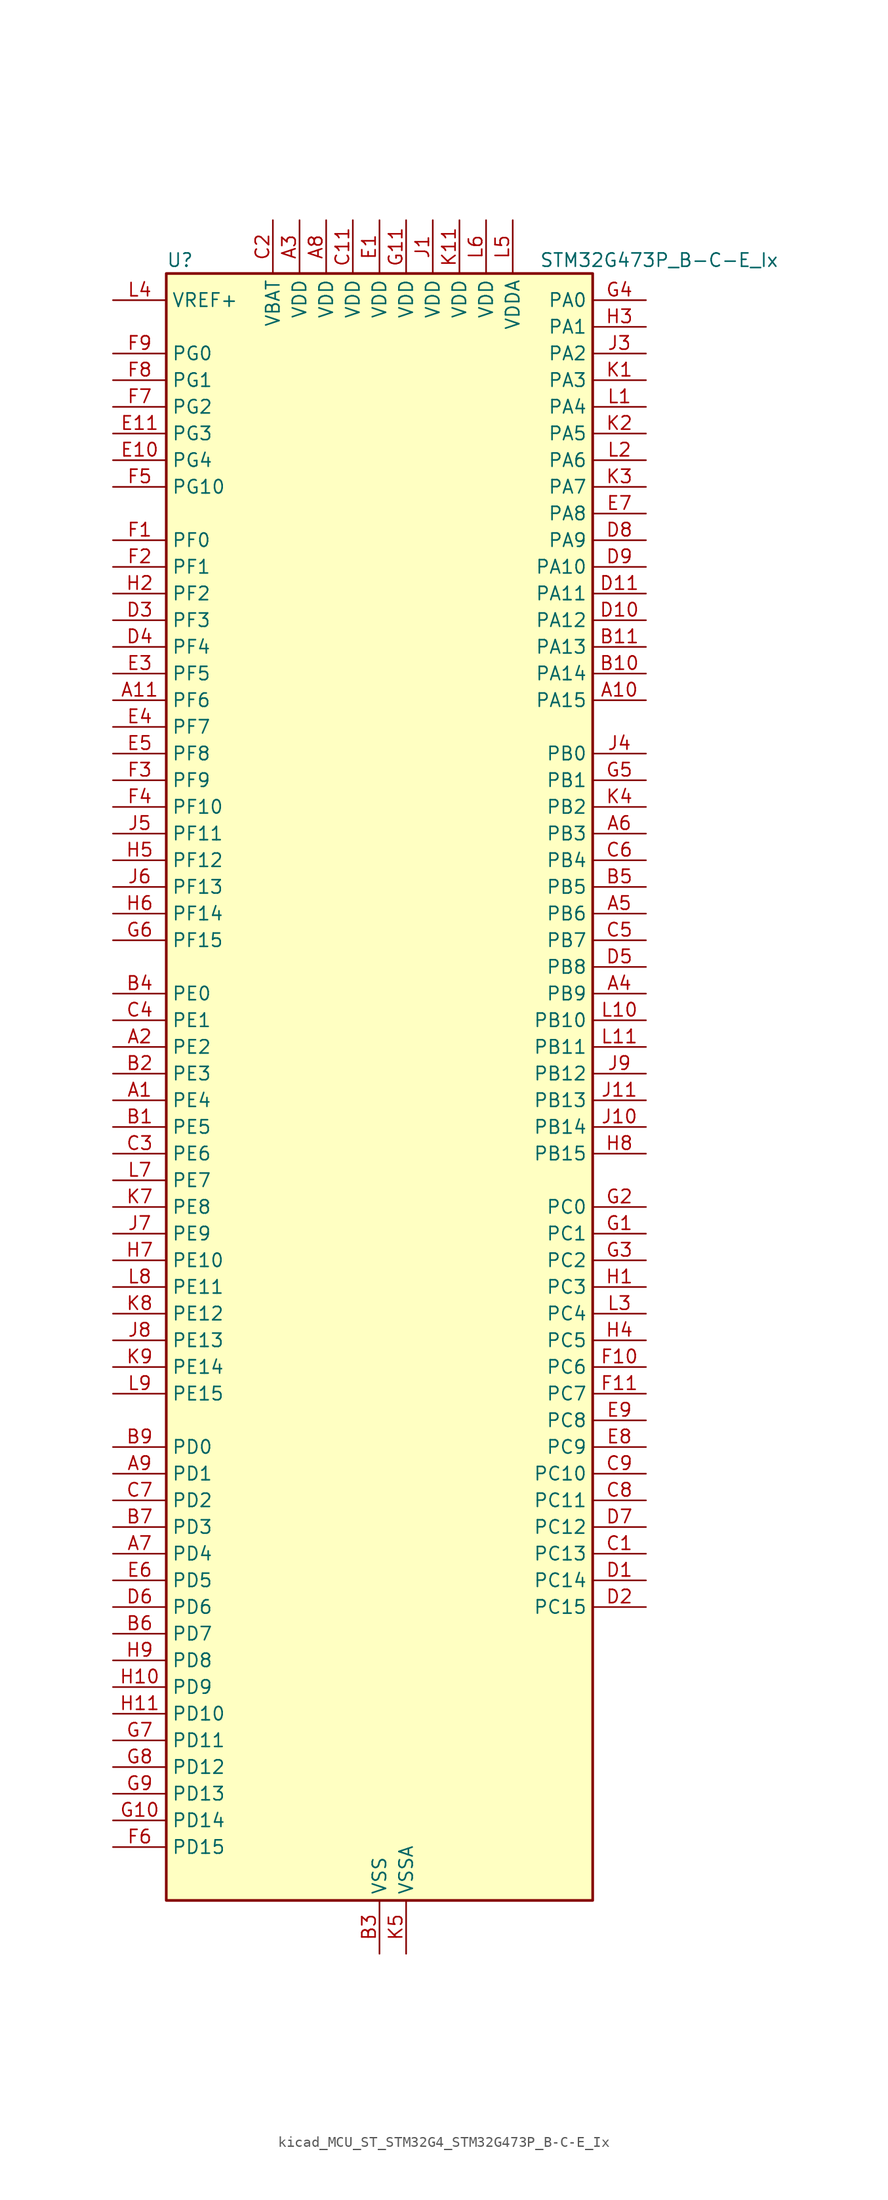
<source format=kicad_sym>
(kicad_symbol_lib
  (version 20220914)
  (generator kicad_symbol_editor)
  (symbol "kicad_MCU_ST_STM32G4_STM32G473P_B-C-E_Ix"
    (property "Reference" "U"
      (at -20.32 80.01 0)
      (effects (font (size 1.27 1.27)) (justify left)))
    (property "Value" "STM32G473P_B-C-E_Ix"
      (at 15.24 80.01 0)
      (effects (font (size 1.27 1.27)) (justify left)))
    (property "ki_locked" ""
      (at 0 0 0)
      (effects (font (size 1.27 1.27))))
    (symbol "kicad_MCU_ST_STM32G4_STM32G473P_B-C-E_Ix_0_1"
      (rectangle (start -20.32 -76.2) (end 20.32 78.74) (stroke (width 0.254) (type default)) (fill (type background))))
    (symbol "kicad_MCU_ST_STM32G4_STM32G473P_B-C-E_Ix_1_1"
      (pin bidirectional line (at -25.4 0 0) (length 5.08) (name "PE4" (effects (font (size 1.27 1.27)))) (number "A1" (effects (font (size 1.27 1.27)))) (alternate "FMC_A20" bidirectional line) (alternate "SAI1_D2" bidirectional line) (alternate "SAI1_FS_A" bidirectional line) (alternate "SPI4_NSS" bidirectional line) (alternate "SYS_TRACED1" bidirectional line) (alternate "TIM20_CH1N" bidirectional line) (alternate "TIM3_CH3" bidirectional line))
      (pin bidirectional line (at 25.4 38.1 180) (length 5.08) (name "PA15" (effects (font (size 1.27 1.27)))) (number "A10" (effects (font (size 1.27 1.27)))) (alternate "ADC1_EXTI15" bidirectional line) (alternate "ADC2_EXTI15" bidirectional line) (alternate "FDCAN3_TX" bidirectional line) (alternate "I2C1_SCL" bidirectional line) (alternate "I2S3_WS" bidirectional line) (alternate "SPI1_NSS" bidirectional line) (alternate "SPI3_NSS" bidirectional line) (alternate "SYS_JTDI" bidirectional line) (alternate "TIM1_BKIN" bidirectional line) (alternate "TIM2_CH1" bidirectional line) (alternate "TIM2_ETR" bidirectional line) (alternate "TIM8_CH1" bidirectional line) (alternate "UART4_DE" bidirectional line) (alternate "UART4_RTS" bidirectional line) (alternate "USART2_RX" bidirectional line))
      (pin bidirectional line (at -25.4 38.1 0) (length 5.08) (name "PF6" (effects (font (size 1.27 1.27)))) (number "A11" (effects (font (size 1.27 1.27)))) (alternate "I2C2_SCL" bidirectional line) (alternate "QUADSPI1_BK1_IO3" bidirectional line) (alternate "SAI1_SD_B" bidirectional line) (alternate "TIM4_CH4" bidirectional line) (alternate "TIM5_CH1" bidirectional line) (alternate "TIM5_ETR" bidirectional line) (alternate "USART3_RTS" bidirectional line))
      (pin bidirectional line (at -25.4 5.08 0) (length 5.08) (name "PE2" (effects (font (size 1.27 1.27)))) (number "A2" (effects (font (size 1.27 1.27)))) (alternate "ADC3_EXTI2" bidirectional line) (alternate "ADC4_EXTI2" bidirectional line) (alternate "ADC5_EXTI2" bidirectional line) (alternate "FMC_A23" bidirectional line) (alternate "SAI1_CK1" bidirectional line) (alternate "SAI1_MCLK_A" bidirectional line) (alternate "SPI4_SCK" bidirectional line) (alternate "SYS_TRACECLK" bidirectional line) (alternate "TIM20_CH1" bidirectional line) (alternate "TIM3_CH1" bidirectional line))
      (pin power_in line (at -7.62 83.82 270) (length 5.08) (name "VDD" (effects (font (size 1.27 1.27)))) (number "A3" (effects (font (size 1.27 1.27)))))
      (pin bidirectional line (at 25.4 10.16 180) (length 5.08) (name "PB9" (effects (font (size 1.27 1.27)))) (number "A4" (effects (font (size 1.27 1.27)))) (alternate "COMP2_OUT" bidirectional line) (alternate "DAC1_EXTI9" bidirectional line) (alternate "DAC2_EXTI9" bidirectional line) (alternate "DAC3_EXTI9" bidirectional line) (alternate "DAC4_EXTI9" bidirectional line) (alternate "FDCAN1_TX" bidirectional line) (alternate "I2C1_SDA" bidirectional line) (alternate "IR_OUT" bidirectional line) (alternate "SAI1_D2" bidirectional line) (alternate "SAI1_FS_A" bidirectional line) (alternate "TIM17_CH1" bidirectional line) (alternate "TIM1_CH3N" bidirectional line) (alternate "TIM4_CH4" bidirectional line) (alternate "TIM8_CH3" bidirectional line) (alternate "USART3_TX" bidirectional line))
      (pin bidirectional line (at 25.4 17.78 180) (length 5.08) (name "PB6" (effects (font (size 1.27 1.27)))) (number "A5" (effects (font (size 1.27 1.27)))) (alternate "COMP4_OUT" bidirectional line) (alternate "FDCAN2_TX" bidirectional line) (alternate "LPTIM1_ETR" bidirectional line) (alternate "SAI1_FS_B" bidirectional line) (alternate "TIM16_CH1N" bidirectional line) (alternate "TIM4_CH1" bidirectional line) (alternate "TIM8_BKIN2" bidirectional line) (alternate "TIM8_CH1" bidirectional line) (alternate "TIM8_ETR" bidirectional line) (alternate "UCPD1_CC1" bidirectional line) (alternate "USART1_TX" bidirectional line))
      (pin bidirectional line (at 25.4 25.4 180) (length 5.08) (name "PB3" (effects (font (size 1.27 1.27)))) (number "A6" (effects (font (size 1.27 1.27)))) (alternate "ADC3_EXTI3" bidirectional line) (alternate "ADC4_EXTI3" bidirectional line) (alternate "ADC5_EXTI3" bidirectional line) (alternate "CRS_SYNC" bidirectional line) (alternate "FDCAN3_RX" bidirectional line) (alternate "I2S3_CK" bidirectional line) (alternate "SAI1_SCK_B" bidirectional line) (alternate "SPI1_SCK" bidirectional line) (alternate "SPI3_SCK" bidirectional line) (alternate "SYS_JTDO-SWO" bidirectional line) (alternate "TIM2_CH2" bidirectional line) (alternate "TIM3_ETR" bidirectional line) (alternate "TIM4_ETR" bidirectional line) (alternate "TIM8_CH1N" bidirectional line) (alternate "USART2_TX" bidirectional line))
      (pin bidirectional line (at -25.4 -43.18 0) (length 5.08) (name "PD4" (effects (font (size 1.27 1.27)))) (number "A7" (effects (font (size 1.27 1.27)))) (alternate "FMC_NOE" bidirectional line) (alternate "QUADSPI1_BK2_IO0" bidirectional line) (alternate "TIM2_CH2" bidirectional line) (alternate "USART2_DE" bidirectional line) (alternate "USART2_RTS" bidirectional line))
      (pin power_in line (at -5.08 83.82 270) (length 5.08) (name "VDD" (effects (font (size 1.27 1.27)))) (number "A8" (effects (font (size 1.27 1.27)))))
      (pin bidirectional line (at -25.4 -35.56 0) (length 5.08) (name "PD1" (effects (font (size 1.27 1.27)))) (number "A9" (effects (font (size 1.27 1.27)))) (alternate "FDCAN1_TX" bidirectional line) (alternate "FMC_D3" bidirectional line) (alternate "FMC_DA3" bidirectional line) (alternate "TIM8_BKIN2" bidirectional line) (alternate "TIM8_CH4" bidirectional line))
      (pin bidirectional line (at -25.4 -2.54 0) (length 5.08) (name "PE5" (effects (font (size 1.27 1.27)))) (number "B1" (effects (font (size 1.27 1.27)))) (alternate "FMC_A21" bidirectional line) (alternate "SAI1_CK2" bidirectional line) (alternate "SAI1_SCK_A" bidirectional line) (alternate "SPI4_MISO" bidirectional line) (alternate "SYS_TRACED2" bidirectional line) (alternate "TIM20_CH2N" bidirectional line) (alternate "TIM3_CH4" bidirectional line))
      (pin bidirectional line (at 25.4 40.64 180) (length 5.08) (name "PA14" (effects (font (size 1.27 1.27)))) (number "B10" (effects (font (size 1.27 1.27)))) (alternate "I2C1_SDA" bidirectional line) (alternate "I2C4_SMBA" bidirectional line) (alternate "LPTIM1_OUT" bidirectional line) (alternate "SAI1_FS_B" bidirectional line) (alternate "SYS_JTCK-SWCLK" bidirectional line) (alternate "TIM1_BKIN" bidirectional line) (alternate "TIM8_CH2" bidirectional line) (alternate "USART2_TX" bidirectional line))
      (pin bidirectional line (at 25.4 43.18 180) (length 5.08) (name "PA13" (effects (font (size 1.27 1.27)))) (number "B11" (effects (font (size 1.27 1.27)))) (alternate "I2C1_SCL" bidirectional line) (alternate "I2C4_SCL" bidirectional line) (alternate "IR_OUT" bidirectional line) (alternate "SAI1_SD_B" bidirectional line) (alternate "SYS_JTMS-SWDIO" bidirectional line) (alternate "TIM16_CH1N" bidirectional line) (alternate "TIM4_CH3" bidirectional line) (alternate "USART3_CTS" bidirectional line) (alternate "USART3_NSS" bidirectional line))
      (pin bidirectional line (at -25.4 2.54 0) (length 5.08) (name "PE3" (effects (font (size 1.27 1.27)))) (number "B2" (effects (font (size 1.27 1.27)))) (alternate "ADC3_EXTI3" bidirectional line) (alternate "ADC4_EXTI3" bidirectional line) (alternate "ADC5_EXTI3" bidirectional line) (alternate "FMC_A19" bidirectional line) (alternate "SAI1_SD_B" bidirectional line) (alternate "SPI4_NSS" bidirectional line) (alternate "SYS_TRACED0" bidirectional line) (alternate "TIM20_CH2" bidirectional line) (alternate "TIM3_CH2" bidirectional line))
      (pin power_in line (at 0 -81.28 90) (length 5.08) (name "VSS" (effects (font (size 1.27 1.27)))) (number "B3" (effects (font (size 1.27 1.27)))))
      (pin bidirectional line (at -25.4 10.16 0) (length 5.08) (name "PE0" (effects (font (size 1.27 1.27)))) (number "B4" (effects (font (size 1.27 1.27)))) (alternate "FMC_NBL0" bidirectional line) (alternate "TIM16_CH1" bidirectional line) (alternate "TIM20_CH4N" bidirectional line) (alternate "TIM20_ETR" bidirectional line) (alternate "TIM4_ETR" bidirectional line) (alternate "USART1_TX" bidirectional line))
      (pin bidirectional line (at 25.4 20.32 180) (length 5.08) (name "PB5" (effects (font (size 1.27 1.27)))) (number "B5" (effects (font (size 1.27 1.27)))) (alternate "FDCAN2_RX" bidirectional line) (alternate "I2C1_SMBA" bidirectional line) (alternate "I2C3_SDA" bidirectional line) (alternate "I2S3_SD" bidirectional line) (alternate "LPTIM1_IN1" bidirectional line) (alternate "SAI1_SD_B" bidirectional line) (alternate "SPI1_MOSI" bidirectional line) (alternate "SPI3_MOSI" bidirectional line) (alternate "TIM16_BKIN" bidirectional line) (alternate "TIM17_CH1" bidirectional line) (alternate "TIM3_CH2" bidirectional line) (alternate "TIM8_CH3N" bidirectional line) (alternate "UART5_CTS" bidirectional line) (alternate "USART2_CK" bidirectional line))
      (pin bidirectional line (at -25.4 -50.8 0) (length 5.08) (name "PD7" (effects (font (size 1.27 1.27)))) (number "B6" (effects (font (size 1.27 1.27)))) (alternate "FMC_NCE" bidirectional line) (alternate "FMC_NE1" bidirectional line) (alternate "QUADSPI1_BK2_IO3" bidirectional line) (alternate "TIM2_CH3" bidirectional line) (alternate "USART2_CK" bidirectional line))
      (pin bidirectional line (at -25.4 -40.64 0) (length 5.08) (name "PD3" (effects (font (size 1.27 1.27)))) (number "B7" (effects (font (size 1.27 1.27)))) (alternate "ADC3_EXTI3" bidirectional line) (alternate "ADC4_EXTI3" bidirectional line) (alternate "ADC5_EXTI3" bidirectional line) (alternate "FMC_CLK" bidirectional line) (alternate "QUADSPI1_BK2_NCS" bidirectional line) (alternate "TIM2_CH1" bidirectional line) (alternate "TIM2_ETR" bidirectional line) (alternate "USART2_CTS" bidirectional line) (alternate "USART2_NSS" bidirectional line))
      (pin passive line (at 0 -81.28 90) (length 5.08) hide (name "VSS" (effects (font (size 1.27 1.27)))) (number "B8" (effects (font (size 1.27 1.27)))))
      (pin bidirectional line (at -25.4 -33.02 0) (length 5.08) (name "PD0" (effects (font (size 1.27 1.27)))) (number "B9" (effects (font (size 1.27 1.27)))) (alternate "FDCAN1_RX" bidirectional line) (alternate "FMC_D2" bidirectional line) (alternate "FMC_DA2" bidirectional line) (alternate "TIM8_CH4N" bidirectional line))
      (pin bidirectional line (at 25.4 -43.18 180) (length 5.08) (name "PC13" (effects (font (size 1.27 1.27)))) (number "C1" (effects (font (size 1.27 1.27)))) (alternate "RTC_OUT1" bidirectional line) (alternate "RTC_TAMP1" bidirectional line) (alternate "RTC_TS" bidirectional line) (alternate "SYS_WKUP2" bidirectional line) (alternate "TIM1_BKIN" bidirectional line) (alternate "TIM1_CH1N" bidirectional line) (alternate "TIM8_CH4N" bidirectional line))
      (pin passive line (at 0 -81.28 90) (length 5.08) hide (name "VSS" (effects (font (size 1.27 1.27)))) (number "C10" (effects (font (size 1.27 1.27)))))
      (pin power_in line (at -2.54 83.82 270) (length 5.08) (name "VDD" (effects (font (size 1.27 1.27)))) (number "C11" (effects (font (size 1.27 1.27)))))
      (pin power_in line (at -10.16 83.82 270) (length 5.08) (name "VBAT" (effects (font (size 1.27 1.27)))) (number "C2" (effects (font (size 1.27 1.27)))))
      (pin bidirectional line (at -25.4 -5.08 0) (length 5.08) (name "PE6" (effects (font (size 1.27 1.27)))) (number "C3" (effects (font (size 1.27 1.27)))) (alternate "FMC_A22" bidirectional line) (alternate "RTC_TAMP3" bidirectional line) (alternate "SAI1_D1" bidirectional line) (alternate "SAI1_SD_A" bidirectional line) (alternate "SPI4_MOSI" bidirectional line) (alternate "SYS_TRACED3" bidirectional line) (alternate "SYS_WKUP3" bidirectional line) (alternate "TIM20_CH3N" bidirectional line))
      (pin bidirectional line (at -25.4 7.62 0) (length 5.08) (name "PE1" (effects (font (size 1.27 1.27)))) (number "C4" (effects (font (size 1.27 1.27)))) (alternate "FMC_NBL1" bidirectional line) (alternate "TIM17_CH1" bidirectional line) (alternate "TIM20_CH4" bidirectional line) (alternate "USART1_RX" bidirectional line))
      (pin bidirectional line (at 25.4 15.24 180) (length 5.08) (name "PB7" (effects (font (size 1.27 1.27)))) (number "C5" (effects (font (size 1.27 1.27)))) (alternate "COMP3_OUT" bidirectional line) (alternate "FMC_NL" bidirectional line) (alternate "I2C1_SDA" bidirectional line) (alternate "I2C4_SDA" bidirectional line) (alternate "LPTIM1_IN2" bidirectional line) (alternate "SYS_PVD_IN" bidirectional line) (alternate "TIM17_CH1N" bidirectional line) (alternate "TIM3_CH4" bidirectional line) (alternate "TIM4_CH2" bidirectional line) (alternate "TIM8_BKIN" bidirectional line) (alternate "UART4_CTS" bidirectional line) (alternate "USART1_RX" bidirectional line))
      (pin bidirectional line (at 25.4 22.86 180) (length 5.08) (name "PB4" (effects (font (size 1.27 1.27)))) (number "C6" (effects (font (size 1.27 1.27)))) (alternate "FDCAN3_TX" bidirectional line) (alternate "SAI1_MCLK_B" bidirectional line) (alternate "SPI1_MISO" bidirectional line) (alternate "SPI3_MISO" bidirectional line) (alternate "SYS_JTRST" bidirectional line) (alternate "TIM16_CH1" bidirectional line) (alternate "TIM17_BKIN" bidirectional line) (alternate "TIM3_CH1" bidirectional line) (alternate "TIM8_CH2N" bidirectional line) (alternate "UART5_DE" bidirectional line) (alternate "UART5_RTS" bidirectional line) (alternate "UCPD1_CC2" bidirectional line) (alternate "USART2_RX" bidirectional line))
      (pin bidirectional line (at -25.4 -38.1 0) (length 5.08) (name "PD2" (effects (font (size 1.27 1.27)))) (number "C7" (effects (font (size 1.27 1.27)))) (alternate "ADC3_EXTI2" bidirectional line) (alternate "ADC4_EXTI2" bidirectional line) (alternate "ADC5_EXTI2" bidirectional line) (alternate "TIM3_ETR" bidirectional line) (alternate "TIM8_BKIN" bidirectional line) (alternate "UART5_RX" bidirectional line))
      (pin bidirectional line (at 25.4 -38.1 180) (length 5.08) (name "PC11" (effects (font (size 1.27 1.27)))) (number "C8" (effects (font (size 1.27 1.27)))) (alternate "ADC1_EXTI11" bidirectional line) (alternate "ADC2_EXTI11" bidirectional line) (alternate "I2C3_SDA" bidirectional line) (alternate "SPI3_MISO" bidirectional line) (alternate "TIM8_CH2N" bidirectional line) (alternate "UART4_RX" bidirectional line) (alternate "USART3_RX" bidirectional line))
      (pin bidirectional line (at 25.4 -35.56 180) (length 5.08) (name "PC10" (effects (font (size 1.27 1.27)))) (number "C9" (effects (font (size 1.27 1.27)))) (alternate "DAC1_EXTI10" bidirectional line) (alternate "DAC2_EXTI10" bidirectional line) (alternate "DAC3_EXTI10" bidirectional line) (alternate "DAC4_EXTI10" bidirectional line) (alternate "I2S3_CK" bidirectional line) (alternate "SPI3_SCK" bidirectional line) (alternate "TIM8_CH1N" bidirectional line) (alternate "UART4_TX" bidirectional line) (alternate "USART3_TX" bidirectional line))
      (pin bidirectional line (at 25.4 -45.72 180) (length 5.08) (name "PC14" (effects (font (size 1.27 1.27)))) (number "D1" (effects (font (size 1.27 1.27)))) (alternate "RCC_OSC32_IN" bidirectional line))
      (pin bidirectional line (at 25.4 45.72 180) (length 5.08) (name "PA12" (effects (font (size 1.27 1.27)))) (number "D10" (effects (font (size 1.27 1.27)))) (alternate "COMP2_OUT" bidirectional line) (alternate "FDCAN1_TX" bidirectional line) (alternate "I2S_CKIN" bidirectional line) (alternate "TIM16_CH1" bidirectional line) (alternate "TIM1_CH2N" bidirectional line) (alternate "TIM1_ETR" bidirectional line) (alternate "TIM4_CH2" bidirectional line) (alternate "USART1_DE" bidirectional line) (alternate "USART1_RTS" bidirectional line) (alternate "USB_DP" bidirectional line))
      (pin bidirectional line (at 25.4 48.26 180) (length 5.08) (name "PA11" (effects (font (size 1.27 1.27)))) (number "D11" (effects (font (size 1.27 1.27)))) (alternate "ADC1_EXTI11" bidirectional line) (alternate "ADC2_EXTI11" bidirectional line) (alternate "COMP1_OUT" bidirectional line) (alternate "FDCAN1_RX" bidirectional line) (alternate "I2S2_SD" bidirectional line) (alternate "SPI2_MOSI" bidirectional line) (alternate "TIM1_BKIN2" bidirectional line) (alternate "TIM1_CH1N" bidirectional line) (alternate "TIM1_CH4" bidirectional line) (alternate "TIM4_CH1" bidirectional line) (alternate "USART1_CTS" bidirectional line) (alternate "USART1_NSS" bidirectional line) (alternate "USB_DM" bidirectional line))
      (pin bidirectional line (at 25.4 -48.26 180) (length 5.08) (name "PC15" (effects (font (size 1.27 1.27)))) (number "D2" (effects (font (size 1.27 1.27)))) (alternate "ADC1_EXTI15" bidirectional line) (alternate "ADC2_EXTI15" bidirectional line) (alternate "RCC_OSC32_OUT" bidirectional line))
      (pin bidirectional line (at -25.4 45.72 0) (length 5.08) (name "PF3" (effects (font (size 1.27 1.27)))) (number "D3" (effects (font (size 1.27 1.27)))) (alternate "ADC3_EXTI3" bidirectional line) (alternate "ADC4_EXTI3" bidirectional line) (alternate "ADC5_EXTI3" bidirectional line) (alternate "FMC_A3" bidirectional line) (alternate "I2C3_SCL" bidirectional line) (alternate "TIM20_CH4" bidirectional line))
      (pin bidirectional line (at -25.4 43.18 0) (length 5.08) (name "PF4" (effects (font (size 1.27 1.27)))) (number "D4" (effects (font (size 1.27 1.27)))) (alternate "COMP1_OUT" bidirectional line) (alternate "FMC_A4" bidirectional line) (alternate "I2C3_SDA" bidirectional line) (alternate "TIM20_CH1N" bidirectional line))
      (pin bidirectional line (at 25.4 12.7 180) (length 5.08) (name "PB8" (effects (font (size 1.27 1.27)))) (number "D5" (effects (font (size 1.27 1.27)))) (alternate "COMP1_OUT" bidirectional line) (alternate "FDCAN1_RX" bidirectional line) (alternate "I2C1_SCL" bidirectional line) (alternate "SAI1_CK1" bidirectional line) (alternate "SAI1_MCLK_A" bidirectional line) (alternate "TIM16_CH1" bidirectional line) (alternate "TIM1_BKIN" bidirectional line) (alternate "TIM4_CH3" bidirectional line) (alternate "TIM8_CH2" bidirectional line) (alternate "USART3_RX" bidirectional line))
      (pin bidirectional line (at -25.4 -48.26 0) (length 5.08) (name "PD6" (effects (font (size 1.27 1.27)))) (number "D6" (effects (font (size 1.27 1.27)))) (alternate "FMC_NWAIT" bidirectional line) (alternate "QUADSPI1_BK2_IO2" bidirectional line) (alternate "SAI1_D1" bidirectional line) (alternate "SAI1_SD_A" bidirectional line) (alternate "TIM2_CH4" bidirectional line) (alternate "USART2_RX" bidirectional line))
      (pin bidirectional line (at 25.4 -40.64 180) (length 5.08) (name "PC12" (effects (font (size 1.27 1.27)))) (number "D7" (effects (font (size 1.27 1.27)))) (alternate "I2S3_SD" bidirectional line) (alternate "SPI3_MOSI" bidirectional line) (alternate "TIM5_CH2" bidirectional line) (alternate "TIM8_CH3N" bidirectional line) (alternate "UART5_TX" bidirectional line) (alternate "UCPD1_FRSTX1" bidirectional line) (alternate "UCPD1_FRSTX2" bidirectional line) (alternate "USART3_CK" bidirectional line))
      (pin bidirectional line (at 25.4 53.34 180) (length 5.08) (name "PA9" (effects (font (size 1.27 1.27)))) (number "D8" (effects (font (size 1.27 1.27)))) (alternate "ADC5_IN2" bidirectional line) (alternate "COMP5_OUT" bidirectional line) (alternate "DAC1_EXTI9" bidirectional line) (alternate "DAC2_EXTI9" bidirectional line) (alternate "DAC3_EXTI9" bidirectional line) (alternate "DAC4_EXTI9" bidirectional line) (alternate "I2C2_SCL" bidirectional line) (alternate "I2C3_SMBA" bidirectional line) (alternate "I2S3_MCK" bidirectional line) (alternate "SAI1_FS_A" bidirectional line) (alternate "TIM15_BKIN" bidirectional line) (alternate "TIM1_CH2" bidirectional line) (alternate "TIM2_CH3" bidirectional line) (alternate "UCPD1_DBCC1" bidirectional line) (alternate "USART1_TX" bidirectional line))
      (pin bidirectional line (at 25.4 50.8 180) (length 5.08) (name "PA10" (effects (font (size 1.27 1.27)))) (number "D9" (effects (font (size 1.27 1.27)))) (alternate "COMP6_OUT" bidirectional line) (alternate "CRS_SYNC" bidirectional line) (alternate "DAC1_EXTI10" bidirectional line) (alternate "DAC2_EXTI10" bidirectional line) (alternate "DAC3_EXTI10" bidirectional line) (alternate "DAC4_EXTI10" bidirectional line) (alternate "I2C2_SMBA" bidirectional line) (alternate "SAI1_D1" bidirectional line) (alternate "SAI1_SD_A" bidirectional line) (alternate "SPI2_MISO" bidirectional line) (alternate "TIM17_BKIN" bidirectional line) (alternate "TIM1_CH3" bidirectional line) (alternate "TIM2_CH4" bidirectional line) (alternate "TIM8_BKIN" bidirectional line) (alternate "UCPD1_DBCC2" bidirectional line) (alternate "USART1_RX" bidirectional line))
      (pin power_in line (at 0 83.82 270) (length 5.08) (name "VDD" (effects (font (size 1.27 1.27)))) (number "E1" (effects (font (size 1.27 1.27)))))
      (pin bidirectional line (at -25.4 60.96 0) (length 5.08) (name "PG4" (effects (font (size 1.27 1.27)))) (number "E10" (effects (font (size 1.27 1.27)))) (alternate "FMC_A14" bidirectional line) (alternate "I2C4_SDA" bidirectional line) (alternate "SPI1_MOSI" bidirectional line) (alternate "TIM20_BKIN2" bidirectional line))
      (pin bidirectional line (at -25.4 63.5 0) (length 5.08) (name "PG3" (effects (font (size 1.27 1.27)))) (number "E11" (effects (font (size 1.27 1.27)))) (alternate "ADC3_EXTI3" bidirectional line) (alternate "ADC4_EXTI3" bidirectional line) (alternate "ADC5_EXTI3" bidirectional line) (alternate "FMC_A13" bidirectional line) (alternate "I2C4_SCL" bidirectional line) (alternate "SPI1_MISO" bidirectional line) (alternate "TIM20_BKIN" bidirectional line) (alternate "TIM20_CH4N" bidirectional line))
      (pin passive line (at 0 -81.28 90) (length 5.08) hide (name "VSS" (effects (font (size 1.27 1.27)))) (number "E2" (effects (font (size 1.27 1.27)))))
      (pin bidirectional line (at -25.4 40.64 0) (length 5.08) (name "PF5" (effects (font (size 1.27 1.27)))) (number "E3" (effects (font (size 1.27 1.27)))) (alternate "FMC_A5" bidirectional line) (alternate "TIM20_CH2N" bidirectional line))
      (pin bidirectional line (at -25.4 35.56 0) (length 5.08) (name "PF7" (effects (font (size 1.27 1.27)))) (number "E4" (effects (font (size 1.27 1.27)))) (alternate "FMC_A1" bidirectional line) (alternate "QUADSPI1_BK1_IO2" bidirectional line) (alternate "SAI1_MCLK_B" bidirectional line) (alternate "TIM20_BKIN" bidirectional line) (alternate "TIM5_CH2" bidirectional line))
      (pin bidirectional line (at -25.4 33.02 0) (length 5.08) (name "PF8" (effects (font (size 1.27 1.27)))) (number "E5" (effects (font (size 1.27 1.27)))) (alternate "FMC_A24" bidirectional line) (alternate "QUADSPI1_BK1_IO0" bidirectional line) (alternate "SAI1_SCK_B" bidirectional line) (alternate "TIM20_BKIN2" bidirectional line) (alternate "TIM5_CH3" bidirectional line))
      (pin bidirectional line (at -25.4 -45.72 0) (length 5.08) (name "PD5" (effects (font (size 1.27 1.27)))) (number "E6" (effects (font (size 1.27 1.27)))) (alternate "FMC_NWE" bidirectional line) (alternate "QUADSPI1_BK2_IO1" bidirectional line) (alternate "USART2_TX" bidirectional line))
      (pin bidirectional line (at 25.4 55.88 180) (length 5.08) (name "PA8" (effects (font (size 1.27 1.27)))) (number "E7" (effects (font (size 1.27 1.27)))) (alternate "ADC5_IN1" bidirectional line) (alternate "COMP7_OUT" bidirectional line) (alternate "FDCAN3_RX" bidirectional line) (alternate "I2C2_SDA" bidirectional line) (alternate "I2C3_SCL" bidirectional line) (alternate "I2S2_MCK" bidirectional line) (alternate "OPAMP5_VOUT" bidirectional line) (alternate "RCC_MCO" bidirectional line) (alternate "SAI1_CK2" bidirectional line) (alternate "SAI1_SCK_A" bidirectional line) (alternate "TIM1_CH1" bidirectional line) (alternate "TIM4_ETR" bidirectional line) (alternate "USART1_CK" bidirectional line))
      (pin bidirectional line (at 25.4 -33.02 180) (length 5.08) (name "PC9" (effects (font (size 1.27 1.27)))) (number "E8" (effects (font (size 1.27 1.27)))) (alternate "DAC1_EXTI9" bidirectional line) (alternate "DAC2_EXTI9" bidirectional line) (alternate "DAC3_EXTI9" bidirectional line) (alternate "DAC4_EXTI9" bidirectional line) (alternate "I2C3_SDA" bidirectional line) (alternate "I2S_CKIN" bidirectional line) (alternate "TIM3_CH4" bidirectional line) (alternate "TIM8_BKIN2" bidirectional line) (alternate "TIM8_CH4" bidirectional line))
      (pin bidirectional line (at 25.4 -30.48 180) (length 5.08) (name "PC8" (effects (font (size 1.27 1.27)))) (number "E9" (effects (font (size 1.27 1.27)))) (alternate "COMP7_OUT" bidirectional line) (alternate "I2C3_SCL" bidirectional line) (alternate "TIM20_CH3" bidirectional line) (alternate "TIM3_CH3" bidirectional line) (alternate "TIM8_CH3" bidirectional line))
      (pin bidirectional line (at -25.4 53.34 0) (length 5.08) (name "PF0" (effects (font (size 1.27 1.27)))) (number "F1" (effects (font (size 1.27 1.27)))) (alternate "ADC1_IN10" bidirectional line) (alternate "I2C2_SDA" bidirectional line) (alternate "I2S2_WS" bidirectional line) (alternate "RCC_OSC_IN" bidirectional line) (alternate "SPI2_NSS" bidirectional line) (alternate "TIM1_CH3N" bidirectional line))
      (pin bidirectional line (at 25.4 -25.4 180) (length 5.08) (name "PC6" (effects (font (size 1.27 1.27)))) (number "F10" (effects (font (size 1.27 1.27)))) (alternate "COMP6_OUT" bidirectional line) (alternate "I2C4_SCL" bidirectional line) (alternate "I2S2_MCK" bidirectional line) (alternate "TIM3_CH1" bidirectional line) (alternate "TIM8_CH1" bidirectional line))
      (pin bidirectional line (at 25.4 -27.94 180) (length 5.08) (name "PC7" (effects (font (size 1.27 1.27)))) (number "F11" (effects (font (size 1.27 1.27)))) (alternate "COMP5_OUT" bidirectional line) (alternate "I2C4_SDA" bidirectional line) (alternate "I2S3_MCK" bidirectional line) (alternate "TIM3_CH2" bidirectional line) (alternate "TIM8_CH2" bidirectional line))
      (pin bidirectional line (at -25.4 50.8 0) (length 5.08) (name "PF1" (effects (font (size 1.27 1.27)))) (number "F2" (effects (font (size 1.27 1.27)))) (alternate "ADC2_IN10" bidirectional line) (alternate "COMP3_INM" bidirectional line) (alternate "I2S2_CK" bidirectional line) (alternate "RCC_OSC_OUT" bidirectional line) (alternate "SPI2_SCK" bidirectional line))
      (pin bidirectional line (at -25.4 30.48 0) (length 5.08) (name "PF9" (effects (font (size 1.27 1.27)))) (number "F3" (effects (font (size 1.27 1.27)))) (alternate "DAC1_EXTI9" bidirectional line) (alternate "DAC2_EXTI9" bidirectional line) (alternate "DAC3_EXTI9" bidirectional line) (alternate "DAC4_EXTI9" bidirectional line) (alternate "FMC_A25" bidirectional line) (alternate "QUADSPI1_BK1_IO1" bidirectional line) (alternate "SAI1_FS_B" bidirectional line) (alternate "SPI2_SCK" bidirectional line) (alternate "TIM15_CH1" bidirectional line) (alternate "TIM20_BKIN" bidirectional line) (alternate "TIM5_CH4" bidirectional line))
      (pin bidirectional line (at -25.4 27.94 0) (length 5.08) (name "PF10" (effects (font (size 1.27 1.27)))) (number "F4" (effects (font (size 1.27 1.27)))) (alternate "DAC1_EXTI10" bidirectional line) (alternate "DAC2_EXTI10" bidirectional line) (alternate "DAC3_EXTI10" bidirectional line) (alternate "DAC4_EXTI10" bidirectional line) (alternate "FMC_A0" bidirectional line) (alternate "QUADSPI1_CLK" bidirectional line) (alternate "SAI1_D3" bidirectional line) (alternate "SPI2_SCK" bidirectional line) (alternate "TIM15_CH2" bidirectional line) (alternate "TIM20_BKIN2" bidirectional line))
      (pin bidirectional line (at -25.4 58.42 0) (length 5.08) (name "PG10" (effects (font (size 1.27 1.27)))) (number "F5" (effects (font (size 1.27 1.27)))) (alternate "DAC1_EXTI10" bidirectional line) (alternate "DAC2_EXTI10" bidirectional line) (alternate "DAC3_EXTI10" bidirectional line) (alternate "DAC4_EXTI10" bidirectional line) (alternate "RCC_MCO" bidirectional line))
      (pin bidirectional line (at -25.4 -71.12 0) (length 5.08) (name "PD15" (effects (font (size 1.27 1.27)))) (number "F6" (effects (font (size 1.27 1.27)))) (alternate "ADC1_EXTI15" bidirectional line) (alternate "ADC2_EXTI15" bidirectional line) (alternate "COMP7_INM" bidirectional line) (alternate "FMC_D1" bidirectional line) (alternate "FMC_DA1" bidirectional line) (alternate "SPI2_NSS" bidirectional line) (alternate "TIM4_CH4" bidirectional line))
      (pin bidirectional line (at -25.4 66.04 0) (length 5.08) (name "PG2" (effects (font (size 1.27 1.27)))) (number "F7" (effects (font (size 1.27 1.27)))) (alternate "ADC3_EXTI2" bidirectional line) (alternate "ADC4_EXTI2" bidirectional line) (alternate "ADC5_EXTI2" bidirectional line) (alternate "FMC_A12" bidirectional line) (alternate "SPI1_SCK" bidirectional line) (alternate "TIM20_CH3N" bidirectional line))
      (pin bidirectional line (at -25.4 68.58 0) (length 5.08) (name "PG1" (effects (font (size 1.27 1.27)))) (number "F8" (effects (font (size 1.27 1.27)))) (alternate "FMC_A11" bidirectional line) (alternate "TIM20_CH2N" bidirectional line))
      (pin bidirectional line (at -25.4 71.12 0) (length 5.08) (name "PG0" (effects (font (size 1.27 1.27)))) (number "F9" (effects (font (size 1.27 1.27)))) (alternate "FMC_A10" bidirectional line) (alternate "TIM20_CH1N" bidirectional line))
      (pin bidirectional line (at 25.4 -12.7 180) (length 5.08) (name "PC1" (effects (font (size 1.27 1.27)))) (number "G1" (effects (font (size 1.27 1.27)))) (alternate "ADC1_IN7" bidirectional line) (alternate "ADC2_IN7" bidirectional line) (alternate "COMP3_INP" bidirectional line) (alternate "LPTIM1_OUT" bidirectional line) (alternate "LPUART1_TX" bidirectional line) (alternate "QUADSPI1_BK2_IO0" bidirectional line) (alternate "SAI1_SD_A" bidirectional line) (alternate "TIM1_CH2" bidirectional line))
      (pin bidirectional line (at -25.4 -68.58 0) (length 5.08) (name "PD14" (effects (font (size 1.27 1.27)))) (number "G10" (effects (font (size 1.27 1.27)))) (alternate "ADC3_IN11" bidirectional line) (alternate "ADC4_IN11" bidirectional line) (alternate "ADC5_IN11" bidirectional line) (alternate "COMP7_INP" bidirectional line) (alternate "FMC_D0" bidirectional line) (alternate "FMC_DA0" bidirectional line) (alternate "OPAMP2_VINP" bidirectional line) (alternate "OPAMP2_VINP_SEC" bidirectional line) (alternate "TIM4_CH3" bidirectional line))
      (pin power_in line (at 2.54 83.82 270) (length 5.08) (name "VDD" (effects (font (size 1.27 1.27)))) (number "G11" (effects (font (size 1.27 1.27)))))
      (pin bidirectional line (at 25.4 -10.16 180) (length 5.08) (name "PC0" (effects (font (size 1.27 1.27)))) (number "G2" (effects (font (size 1.27 1.27)))) (alternate "ADC1_IN6" bidirectional line) (alternate "ADC2_IN6" bidirectional line) (alternate "COMP3_INM" bidirectional line) (alternate "LPTIM1_IN1" bidirectional line) (alternate "LPUART1_RX" bidirectional line) (alternate "TIM1_CH1" bidirectional line))
      (pin bidirectional line (at 25.4 -15.24 180) (length 5.08) (name "PC2" (effects (font (size 1.27 1.27)))) (number "G3" (effects (font (size 1.27 1.27)))) (alternate "ADC1_IN8" bidirectional line) (alternate "ADC2_IN8" bidirectional line) (alternate "ADC3_EXTI2" bidirectional line) (alternate "ADC4_EXTI2" bidirectional line) (alternate "ADC5_EXTI2" bidirectional line) (alternate "COMP3_OUT" bidirectional line) (alternate "LPTIM1_IN2" bidirectional line) (alternate "QUADSPI1_BK2_IO1" bidirectional line) (alternate "TIM1_CH3" bidirectional line) (alternate "TIM20_CH2" bidirectional line))
      (pin bidirectional line (at 25.4 76.2 180) (length 5.08) (name "PA0" (effects (font (size 1.27 1.27)))) (number "G4" (effects (font (size 1.27 1.27)))) (alternate "ADC1_IN1" bidirectional line) (alternate "ADC2_IN1" bidirectional line) (alternate "COMP1_INM" bidirectional line) (alternate "COMP1_OUT" bidirectional line) (alternate "COMP3_INP" bidirectional line) (alternate "RTC_TAMP2" bidirectional line) (alternate "SYS_WKUP1" bidirectional line) (alternate "TIM2_CH1" bidirectional line) (alternate "TIM2_ETR" bidirectional line) (alternate "TIM5_CH1" bidirectional line) (alternate "TIM8_BKIN" bidirectional line) (alternate "TIM8_ETR" bidirectional line) (alternate "USART2_CTS" bidirectional line) (alternate "USART2_NSS" bidirectional line))
      (pin bidirectional line (at 25.4 30.48 180) (length 5.08) (name "PB1" (effects (font (size 1.27 1.27)))) (number "G5" (effects (font (size 1.27 1.27)))) (alternate "ADC1_IN12" bidirectional line) (alternate "ADC3_IN1" bidirectional line) (alternate "COMP1_INP" bidirectional line) (alternate "COMP4_OUT" bidirectional line) (alternate "LPUART1_DE" bidirectional line) (alternate "LPUART1_RTS" bidirectional line) (alternate "OPAMP3_VOUT" bidirectional line) (alternate "OPAMP6_VINM" bidirectional line) (alternate "OPAMP6_VINM1" bidirectional line) (alternate "OPAMP6_VINM_SEC" bidirectional line) (alternate "QUADSPI1_BK1_IO0" bidirectional line) (alternate "TIM1_CH3N" bidirectional line) (alternate "TIM3_CH4" bidirectional line) (alternate "TIM8_CH3N" bidirectional line))
      (pin bidirectional line (at -25.4 15.24 0) (length 5.08) (name "PF15" (effects (font (size 1.27 1.27)))) (number "G6" (effects (font (size 1.27 1.27)))) (alternate "ADC1_EXTI15" bidirectional line) (alternate "ADC2_EXTI15" bidirectional line) (alternate "FMC_A9" bidirectional line) (alternate "I2C4_SDA" bidirectional line) (alternate "TIM20_CH4" bidirectional line))
      (pin bidirectional line (at -25.4 -60.96 0) (length 5.08) (name "PD11" (effects (font (size 1.27 1.27)))) (number "G7" (effects (font (size 1.27 1.27)))) (alternate "ADC1_EXTI11" bidirectional line) (alternate "ADC2_EXTI11" bidirectional line) (alternate "ADC3_IN8" bidirectional line) (alternate "ADC4_IN8" bidirectional line) (alternate "ADC5_IN8" bidirectional line) (alternate "COMP6_INP" bidirectional line) (alternate "FMC_A16" bidirectional line) (alternate "FMC_CLE" bidirectional line) (alternate "I2C4_SMBA" bidirectional line) (alternate "OPAMP4_VINP" bidirectional line) (alternate "OPAMP4_VINP_SEC" bidirectional line) (alternate "TIM5_ETR" bidirectional line) (alternate "USART3_CTS" bidirectional line) (alternate "USART3_NSS" bidirectional line))
      (pin bidirectional line (at -25.4 -63.5 0) (length 5.08) (name "PD12" (effects (font (size 1.27 1.27)))) (number "G8" (effects (font (size 1.27 1.27)))) (alternate "ADC3_IN9" bidirectional line) (alternate "ADC4_IN9" bidirectional line) (alternate "ADC5_IN9" bidirectional line) (alternate "COMP5_INP" bidirectional line) (alternate "FMC_A17" bidirectional line) (alternate "FMC_ALE" bidirectional line) (alternate "OPAMP5_VINP" bidirectional line) (alternate "OPAMP5_VINP_SEC" bidirectional line) (alternate "TIM4_CH1" bidirectional line) (alternate "USART3_DE" bidirectional line) (alternate "USART3_RTS" bidirectional line))
      (pin bidirectional line (at -25.4 -66.04 0) (length 5.08) (name "PD13" (effects (font (size 1.27 1.27)))) (number "G9" (effects (font (size 1.27 1.27)))) (alternate "ADC3_IN10" bidirectional line) (alternate "ADC4_IN10" bidirectional line) (alternate "ADC5_IN10" bidirectional line) (alternate "COMP5_INM" bidirectional line) (alternate "FMC_A18" bidirectional line) (alternate "TIM4_CH2" bidirectional line))
      (pin bidirectional line (at 25.4 -17.78 180) (length 5.08) (name "PC3" (effects (font (size 1.27 1.27)))) (number "H1" (effects (font (size 1.27 1.27)))) (alternate "ADC1_IN9" bidirectional line) (alternate "ADC2_IN9" bidirectional line) (alternate "ADC3_EXTI3" bidirectional line) (alternate "ADC4_EXTI3" bidirectional line) (alternate "ADC5_EXTI3" bidirectional line) (alternate "LPTIM1_ETR" bidirectional line) (alternate "OPAMP5_VINP" bidirectional line) (alternate "OPAMP5_VINP_SEC" bidirectional line) (alternate "QUADSPI1_BK2_IO2" bidirectional line) (alternate "SAI1_D1" bidirectional line) (alternate "SAI1_SD_A" bidirectional line) (alternate "TIM1_BKIN2" bidirectional line) (alternate "TIM1_CH4" bidirectional line))
      (pin bidirectional line (at -25.4 -55.88 0) (length 5.08) (name "PD9" (effects (font (size 1.27 1.27)))) (number "H10" (effects (font (size 1.27 1.27)))) (alternate "ADC4_IN13" bidirectional line) (alternate "ADC5_IN13" bidirectional line) (alternate "DAC1_EXTI9" bidirectional line) (alternate "DAC2_EXTI9" bidirectional line) (alternate "DAC3_EXTI9" bidirectional line) (alternate "DAC4_EXTI9" bidirectional line) (alternate "FMC_D14" bidirectional line) (alternate "FMC_DA14" bidirectional line) (alternate "OPAMP6_VINP" bidirectional line) (alternate "OPAMP6_VINP_SEC" bidirectional line) (alternate "USART3_RX" bidirectional line))
      (pin bidirectional line (at -25.4 -58.42 0) (length 5.08) (name "PD10" (effects (font (size 1.27 1.27)))) (number "H11" (effects (font (size 1.27 1.27)))) (alternate "ADC3_IN7" bidirectional line) (alternate "ADC4_IN7" bidirectional line) (alternate "ADC5_IN7" bidirectional line) (alternate "COMP6_INM" bidirectional line) (alternate "DAC1_EXTI10" bidirectional line) (alternate "DAC2_EXTI10" bidirectional line) (alternate "DAC3_EXTI10" bidirectional line) (alternate "DAC4_EXTI10" bidirectional line) (alternate "FMC_D15" bidirectional line) (alternate "FMC_DA15" bidirectional line) (alternate "USART3_CK" bidirectional line))
      (pin bidirectional line (at -25.4 48.26 0) (length 5.08) (name "PF2" (effects (font (size 1.27 1.27)))) (number "H2" (effects (font (size 1.27 1.27)))) (alternate "ADC3_EXTI2" bidirectional line) (alternate "ADC4_EXTI2" bidirectional line) (alternate "ADC5_EXTI2" bidirectional line) (alternate "FMC_A2" bidirectional line) (alternate "I2C2_SMBA" bidirectional line) (alternate "TIM20_CH3" bidirectional line))
      (pin bidirectional line (at 25.4 73.66 180) (length 5.08) (name "PA1" (effects (font (size 1.27 1.27)))) (number "H3" (effects (font (size 1.27 1.27)))) (alternate "ADC1_IN2" bidirectional line) (alternate "ADC2_IN2" bidirectional line) (alternate "COMP1_INP" bidirectional line) (alternate "OPAMP1_VINP" bidirectional line) (alternate "OPAMP1_VINP_SEC" bidirectional line) (alternate "OPAMP3_VINP" bidirectional line) (alternate "OPAMP3_VINP_SEC" bidirectional line) (alternate "OPAMP6_VINM" bidirectional line) (alternate "OPAMP6_VINM0" bidirectional line) (alternate "OPAMP6_VINM_SEC" bidirectional line) (alternate "RTC_REFIN" bidirectional line) (alternate "TIM15_CH1N" bidirectional line) (alternate "TIM2_CH2" bidirectional line) (alternate "TIM5_CH2" bidirectional line) (alternate "USART2_DE" bidirectional line) (alternate "USART2_RTS" bidirectional line))
      (pin bidirectional line (at 25.4 -22.86 180) (length 5.08) (name "PC5" (effects (font (size 1.27 1.27)))) (number "H4" (effects (font (size 1.27 1.27)))) (alternate "ADC2_IN11" bidirectional line) (alternate "OPAMP1_VINM" bidirectional line) (alternate "OPAMP1_VINM1" bidirectional line) (alternate "OPAMP1_VINM_SEC" bidirectional line) (alternate "OPAMP2_VINM" bidirectional line) (alternate "OPAMP2_VINM1" bidirectional line) (alternate "OPAMP2_VINM_SEC" bidirectional line) (alternate "SAI1_D3" bidirectional line) (alternate "SYS_WKUP5" bidirectional line) (alternate "TIM15_BKIN" bidirectional line) (alternate "TIM1_CH4N" bidirectional line) (alternate "USART1_RX" bidirectional line))
      (pin bidirectional line (at -25.4 22.86 0) (length 5.08) (name "PF12" (effects (font (size 1.27 1.27)))) (number "H5" (effects (font (size 1.27 1.27)))) (alternate "FMC_A6" bidirectional line) (alternate "TIM20_CH1" bidirectional line))
      (pin bidirectional line (at -25.4 17.78 0) (length 5.08) (name "PF14" (effects (font (size 1.27 1.27)))) (number "H6" (effects (font (size 1.27 1.27)))) (alternate "FMC_A8" bidirectional line) (alternate "I2C4_SCL" bidirectional line) (alternate "TIM20_CH3" bidirectional line))
      (pin bidirectional line (at -25.4 -15.24 0) (length 5.08) (name "PE10" (effects (font (size 1.27 1.27)))) (number "H7" (effects (font (size 1.27 1.27)))) (alternate "ADC3_IN14" bidirectional line) (alternate "ADC4_IN14" bidirectional line) (alternate "ADC5_IN14" bidirectional line) (alternate "DAC1_EXTI10" bidirectional line) (alternate "DAC2_EXTI10" bidirectional line) (alternate "DAC3_EXTI10" bidirectional line) (alternate "DAC4_EXTI10" bidirectional line) (alternate "FMC_D7" bidirectional line) (alternate "FMC_DA7" bidirectional line) (alternate "QUADSPI1_CLK" bidirectional line) (alternate "SAI1_MCLK_B" bidirectional line) (alternate "TIM1_CH2N" bidirectional line))
      (pin bidirectional line (at 25.4 -5.08 180) (length 5.08) (name "PB15" (effects (font (size 1.27 1.27)))) (number "H8" (effects (font (size 1.27 1.27)))) (alternate "ADC1_EXTI15" bidirectional line) (alternate "ADC2_EXTI15" bidirectional line) (alternate "ADC2_IN15" bidirectional line) (alternate "ADC4_IN5" bidirectional line) (alternate "COMP3_OUT" bidirectional line) (alternate "COMP6_INM" bidirectional line) (alternate "I2S2_SD" bidirectional line) (alternate "OPAMP5_VINM" bidirectional line) (alternate "OPAMP5_VINM0" bidirectional line) (alternate "OPAMP5_VINM_SEC" bidirectional line) (alternate "RTC_REFIN" bidirectional line) (alternate "SPI2_MOSI" bidirectional line) (alternate "TIM15_CH1N" bidirectional line) (alternate "TIM15_CH2" bidirectional line) (alternate "TIM1_CH3N" bidirectional line))
      (pin bidirectional line (at -25.4 -53.34 0) (length 5.08) (name "PD8" (effects (font (size 1.27 1.27)))) (number "H9" (effects (font (size 1.27 1.27)))) (alternate "ADC4_IN12" bidirectional line) (alternate "ADC5_IN12" bidirectional line) (alternate "FMC_D13" bidirectional line) (alternate "FMC_DA13" bidirectional line) (alternate "OPAMP4_VINM" bidirectional line) (alternate "OPAMP4_VINM1" bidirectional line) (alternate "OPAMP4_VINM_SEC" bidirectional line) (alternate "USART3_TX" bidirectional line))
      (pin power_in line (at 5.08 83.82 270) (length 5.08) (name "VDD" (effects (font (size 1.27 1.27)))) (number "J1" (effects (font (size 1.27 1.27)))))
      (pin bidirectional line (at 25.4 -2.54 180) (length 5.08) (name "PB14" (effects (font (size 1.27 1.27)))) (number "J10" (effects (font (size 1.27 1.27)))) (alternate "ADC1_IN5" bidirectional line) (alternate "ADC4_IN4" bidirectional line) (alternate "COMP4_OUT" bidirectional line) (alternate "COMP7_INP" bidirectional line) (alternate "OPAMP2_VINP" bidirectional line) (alternate "OPAMP2_VINP_SEC" bidirectional line) (alternate "OPAMP5_VINP" bidirectional line) (alternate "OPAMP5_VINP_SEC" bidirectional line) (alternate "SPI2_MISO" bidirectional line) (alternate "TIM15_CH1" bidirectional line) (alternate "TIM1_CH2N" bidirectional line) (alternate "USART3_DE" bidirectional line) (alternate "USART3_RTS" bidirectional line))
      (pin bidirectional line (at 25.4 0 180) (length 5.08) (name "PB13" (effects (font (size 1.27 1.27)))) (number "J11" (effects (font (size 1.27 1.27)))) (alternate "ADC3_IN5" bidirectional line) (alternate "COMP5_INP" bidirectional line) (alternate "FDCAN2_TX" bidirectional line) (alternate "I2S2_CK" bidirectional line) (alternate "LPUART1_CTS" bidirectional line) (alternate "OPAMP3_VINP" bidirectional line) (alternate "OPAMP3_VINP_SEC" bidirectional line) (alternate "OPAMP4_VINP" bidirectional line) (alternate "OPAMP4_VINP_SEC" bidirectional line) (alternate "OPAMP6_VINP" bidirectional line) (alternate "OPAMP6_VINP_SEC" bidirectional line) (alternate "SPI2_SCK" bidirectional line) (alternate "TIM1_CH1N" bidirectional line) (alternate "USART3_CTS" bidirectional line) (alternate "USART3_NSS" bidirectional line))
      (pin passive line (at 0 -81.28 90) (length 5.08) hide (name "VSS" (effects (font (size 1.27 1.27)))) (number "J2" (effects (font (size 1.27 1.27)))))
      (pin bidirectional line (at 25.4 71.12 180) (length 5.08) (name "PA2" (effects (font (size 1.27 1.27)))) (number "J3" (effects (font (size 1.27 1.27)))) (alternate "ADC1_IN3" bidirectional line) (alternate "ADC3_EXTI2" bidirectional line) (alternate "ADC4_EXTI2" bidirectional line) (alternate "ADC5_EXTI2" bidirectional line) (alternate "COMP2_INM" bidirectional line) (alternate "COMP2_OUT" bidirectional line) (alternate "LPUART1_TX" bidirectional line) (alternate "OPAMP1_VOUT" bidirectional line) (alternate "QUADSPI1_BK1_NCS" bidirectional line) (alternate "RCC_LSCO" bidirectional line) (alternate "SYS_WKUP4" bidirectional line) (alternate "TIM15_CH1" bidirectional line) (alternate "TIM2_CH3" bidirectional line) (alternate "TIM5_CH3" bidirectional line) (alternate "UCPD1_FRSTX1" bidirectional line) (alternate "UCPD1_FRSTX2" bidirectional line) (alternate "USART2_TX" bidirectional line))
      (pin bidirectional line (at 25.4 33.02 180) (length 5.08) (name "PB0" (effects (font (size 1.27 1.27)))) (number "J4" (effects (font (size 1.27 1.27)))) (alternate "ADC1_IN15" bidirectional line) (alternate "ADC3_IN12" bidirectional line) (alternate "COMP4_INP" bidirectional line) (alternate "OPAMP2_VINP" bidirectional line) (alternate "OPAMP2_VINP_SEC" bidirectional line) (alternate "OPAMP3_VINP" bidirectional line) (alternate "OPAMP3_VINP_SEC" bidirectional line) (alternate "QUADSPI1_BK1_IO1" bidirectional line) (alternate "TIM1_CH2N" bidirectional line) (alternate "TIM3_CH3" bidirectional line) (alternate "TIM8_CH2N" bidirectional line) (alternate "UCPD1_FRSTX1" bidirectional line) (alternate "UCPD1_FRSTX2" bidirectional line))
      (pin bidirectional line (at -25.4 25.4 0) (length 5.08) (name "PF11" (effects (font (size 1.27 1.27)))) (number "J5" (effects (font (size 1.27 1.27)))) (alternate "ADC1_EXTI11" bidirectional line) (alternate "ADC2_EXTI11" bidirectional line) (alternate "FMC_NE4" bidirectional line) (alternate "TIM20_ETR" bidirectional line))
      (pin bidirectional line (at -25.4 20.32 0) (length 5.08) (name "PF13" (effects (font (size 1.27 1.27)))) (number "J6" (effects (font (size 1.27 1.27)))) (alternate "FMC_A7" bidirectional line) (alternate "I2C4_SMBA" bidirectional line) (alternate "TIM20_CH2" bidirectional line))
      (pin bidirectional line (at -25.4 -12.7 0) (length 5.08) (name "PE9" (effects (font (size 1.27 1.27)))) (number "J7" (effects (font (size 1.27 1.27)))) (alternate "ADC3_IN2" bidirectional line) (alternate "DAC1_EXTI9" bidirectional line) (alternate "DAC2_EXTI9" bidirectional line) (alternate "DAC3_EXTI9" bidirectional line) (alternate "DAC4_EXTI9" bidirectional line) (alternate "FMC_D6" bidirectional line) (alternate "FMC_DA6" bidirectional line) (alternate "SAI1_FS_B" bidirectional line) (alternate "TIM1_CH1" bidirectional line) (alternate "TIM5_CH4" bidirectional line))
      (pin bidirectional line (at -25.4 -22.86 0) (length 5.08) (name "PE13" (effects (font (size 1.27 1.27)))) (number "J8" (effects (font (size 1.27 1.27)))) (alternate "ADC3_IN3" bidirectional line) (alternate "FMC_D10" bidirectional line) (alternate "FMC_DA10" bidirectional line) (alternate "QUADSPI1_BK1_IO1" bidirectional line) (alternate "SPI4_MISO" bidirectional line) (alternate "TIM1_CH3" bidirectional line))
      (pin bidirectional line (at 25.4 2.54 180) (length 5.08) (name "PB12" (effects (font (size 1.27 1.27)))) (number "J9" (effects (font (size 1.27 1.27)))) (alternate "ADC1_IN11" bidirectional line) (alternate "ADC4_IN3" bidirectional line) (alternate "COMP7_INM" bidirectional line) (alternate "FDCAN2_RX" bidirectional line) (alternate "I2C2_SMBA" bidirectional line) (alternate "I2S2_WS" bidirectional line) (alternate "LPUART1_DE" bidirectional line) (alternate "LPUART1_RTS" bidirectional line) (alternate "OPAMP4_VOUT" bidirectional line) (alternate "OPAMP6_VINP" bidirectional line) (alternate "OPAMP6_VINP_SEC" bidirectional line) (alternate "SPI2_NSS" bidirectional line) (alternate "TIM1_BKIN" bidirectional line) (alternate "TIM5_ETR" bidirectional line) (alternate "USART3_CK" bidirectional line))
      (pin bidirectional line (at 25.4 68.58 180) (length 5.08) (name "PA3" (effects (font (size 1.27 1.27)))) (number "K1" (effects (font (size 1.27 1.27)))) (alternate "ADC1_IN4" bidirectional line) (alternate "ADC3_EXTI3" bidirectional line) (alternate "ADC4_EXTI3" bidirectional line) (alternate "ADC5_EXTI3" bidirectional line) (alternate "COMP2_INP" bidirectional line) (alternate "LPUART1_RX" bidirectional line) (alternate "OPAMP1_VINM" bidirectional line) (alternate "OPAMP1_VINM0" bidirectional line) (alternate "OPAMP1_VINM_SEC" bidirectional line) (alternate "OPAMP1_VINP" bidirectional line) (alternate "OPAMP1_VINP_SEC" bidirectional line) (alternate "OPAMP5_VINM" bidirectional line) (alternate "OPAMP5_VINM1" bidirectional line) (alternate "OPAMP5_VINM_SEC" bidirectional line) (alternate "QUADSPI1_CLK" bidirectional line) (alternate "SAI1_CK1" bidirectional line) (alternate "SAI1_MCLK_A" bidirectional line) (alternate "TIM15_CH2" bidirectional line) (alternate "TIM2_CH4" bidirectional line) (alternate "TIM5_CH4" bidirectional line) (alternate "USART2_RX" bidirectional line))
      (pin passive line (at 0 -81.28 90) (length 5.08) hide (name "VSS" (effects (font (size 1.27 1.27)))) (number "K10" (effects (font (size 1.27 1.27)))))
      (pin power_in line (at 7.62 83.82 270) (length 5.08) (name "VDD" (effects (font (size 1.27 1.27)))) (number "K11" (effects (font (size 1.27 1.27)))))
      (pin bidirectional line (at 25.4 63.5 180) (length 5.08) (name "PA5" (effects (font (size 1.27 1.27)))) (number "K2" (effects (font (size 1.27 1.27)))) (alternate "ADC2_IN13" bidirectional line) (alternate "COMP2_INM" bidirectional line) (alternate "DAC1_OUT2" bidirectional line) (alternate "OPAMP2_VINM" bidirectional line) (alternate "OPAMP2_VINM0" bidirectional line) (alternate "OPAMP2_VINM_SEC" bidirectional line) (alternate "SPI1_SCK" bidirectional line) (alternate "TIM2_CH1" bidirectional line) (alternate "TIM2_ETR" bidirectional line) (alternate "UCPD1_FRSTX1" bidirectional line) (alternate "UCPD1_FRSTX2" bidirectional line))
      (pin bidirectional line (at 25.4 58.42 180) (length 5.08) (name "PA7" (effects (font (size 1.27 1.27)))) (number "K3" (effects (font (size 1.27 1.27)))) (alternate "ADC2_IN4" bidirectional line) (alternate "COMP2_INP" bidirectional line) (alternate "COMP2_OUT" bidirectional line) (alternate "OPAMP1_VINP" bidirectional line) (alternate "OPAMP1_VINP_SEC" bidirectional line) (alternate "OPAMP2_VINP" bidirectional line) (alternate "OPAMP2_VINP_SEC" bidirectional line) (alternate "QUADSPI1_BK1_IO2" bidirectional line) (alternate "SPI1_MOSI" bidirectional line) (alternate "TIM17_CH1" bidirectional line) (alternate "TIM1_CH1N" bidirectional line) (alternate "TIM3_CH2" bidirectional line) (alternate "TIM8_CH1N" bidirectional line) (alternate "UCPD1_FRSTX1" bidirectional line) (alternate "UCPD1_FRSTX2" bidirectional line))
      (pin bidirectional line (at 25.4 27.94 180) (length 5.08) (name "PB2" (effects (font (size 1.27 1.27)))) (number "K4" (effects (font (size 1.27 1.27)))) (alternate "ADC2_IN12" bidirectional line) (alternate "ADC3_EXTI2" bidirectional line) (alternate "ADC4_EXTI2" bidirectional line) (alternate "ADC5_EXTI2" bidirectional line) (alternate "COMP4_INM" bidirectional line) (alternate "I2C3_SMBA" bidirectional line) (alternate "LPTIM1_OUT" bidirectional line) (alternate "OPAMP3_VINM" bidirectional line) (alternate "OPAMP3_VINM0" bidirectional line) (alternate "OPAMP3_VINM_SEC" bidirectional line) (alternate "QUADSPI1_BK2_IO1" bidirectional line) (alternate "RTC_OUT2" bidirectional line) (alternate "TIM20_CH1" bidirectional line) (alternate "TIM5_CH1" bidirectional line))
      (pin power_in line (at 2.54 -81.28 90) (length 5.08) (name "VSSA" (effects (font (size 1.27 1.27)))) (number "K5" (effects (font (size 1.27 1.27)))))
      (pin passive line (at 0 -81.28 90) (length 5.08) hide (name "VSS" (effects (font (size 1.27 1.27)))) (number "K6" (effects (font (size 1.27 1.27)))))
      (pin bidirectional line (at -25.4 -10.16 0) (length 5.08) (name "PE8" (effects (font (size 1.27 1.27)))) (number "K7" (effects (font (size 1.27 1.27)))) (alternate "ADC3_IN6" bidirectional line) (alternate "ADC4_IN6" bidirectional line) (alternate "ADC5_IN6" bidirectional line) (alternate "COMP4_INM" bidirectional line) (alternate "FMC_D5" bidirectional line) (alternate "FMC_DA5" bidirectional line) (alternate "SAI1_SCK_B" bidirectional line) (alternate "TIM1_CH1N" bidirectional line) (alternate "TIM5_CH3" bidirectional line))
      (pin bidirectional line (at -25.4 -20.32 0) (length 5.08) (name "PE12" (effects (font (size 1.27 1.27)))) (number "K8" (effects (font (size 1.27 1.27)))) (alternate "ADC3_IN16" bidirectional line) (alternate "ADC4_IN16" bidirectional line) (alternate "ADC5_IN16" bidirectional line) (alternate "FMC_D9" bidirectional line) (alternate "FMC_DA9" bidirectional line) (alternate "QUADSPI1_BK1_IO0" bidirectional line) (alternate "SPI4_SCK" bidirectional line) (alternate "TIM1_CH3N" bidirectional line))
      (pin bidirectional line (at -25.4 -25.4 0) (length 5.08) (name "PE14" (effects (font (size 1.27 1.27)))) (number "K9" (effects (font (size 1.27 1.27)))) (alternate "ADC4_IN1" bidirectional line) (alternate "FMC_D11" bidirectional line) (alternate "FMC_DA11" bidirectional line) (alternate "QUADSPI1_BK1_IO2" bidirectional line) (alternate "SPI4_MOSI" bidirectional line) (alternate "TIM1_BKIN2" bidirectional line) (alternate "TIM1_CH4" bidirectional line))
      (pin bidirectional line (at 25.4 66.04 180) (length 5.08) (name "PA4" (effects (font (size 1.27 1.27)))) (number "L1" (effects (font (size 1.27 1.27)))) (alternate "ADC2_IN17" bidirectional line) (alternate "COMP1_INM" bidirectional line) (alternate "DAC1_OUT1" bidirectional line) (alternate "I2S3_WS" bidirectional line) (alternate "SAI1_FS_B" bidirectional line) (alternate "SPI1_NSS" bidirectional line) (alternate "SPI3_NSS" bidirectional line) (alternate "TIM3_CH2" bidirectional line) (alternate "USART2_CK" bidirectional line))
      (pin bidirectional line (at 25.4 7.62 180) (length 5.08) (name "PB10" (effects (font (size 1.27 1.27)))) (number "L10" (effects (font (size 1.27 1.27)))) (alternate "COMP5_INM" bidirectional line) (alternate "DAC1_EXTI10" bidirectional line) (alternate "DAC2_EXTI10" bidirectional line) (alternate "DAC3_EXTI10" bidirectional line) (alternate "DAC4_EXTI10" bidirectional line) (alternate "LPUART1_RX" bidirectional line) (alternate "OPAMP3_VINM" bidirectional line) (alternate "OPAMP3_VINM1" bidirectional line) (alternate "OPAMP3_VINM_SEC" bidirectional line) (alternate "OPAMP4_VINM" bidirectional line) (alternate "OPAMP4_VINM0" bidirectional line) (alternate "OPAMP4_VINM_SEC" bidirectional line) (alternate "QUADSPI1_CLK" bidirectional line) (alternate "SAI1_SCK_A" bidirectional line) (alternate "TIM1_BKIN" bidirectional line) (alternate "TIM2_CH3" bidirectional line) (alternate "USART3_TX" bidirectional line))
      (pin bidirectional line (at 25.4 5.08 180) (length 5.08) (name "PB11" (effects (font (size 1.27 1.27)))) (number "L11" (effects (font (size 1.27 1.27)))) (alternate "ADC1_EXTI11" bidirectional line) (alternate "ADC1_IN14" bidirectional line) (alternate "ADC2_EXTI11" bidirectional line) (alternate "ADC2_IN14" bidirectional line) (alternate "COMP6_INP" bidirectional line) (alternate "LPUART1_TX" bidirectional line) (alternate "OPAMP4_VINP" bidirectional line) (alternate "OPAMP4_VINP_SEC" bidirectional line) (alternate "OPAMP6_VOUT" bidirectional line) (alternate "QUADSPI1_BK1_NCS" bidirectional line) (alternate "TIM2_CH4" bidirectional line) (alternate "USART3_RX" bidirectional line))
      (pin bidirectional line (at 25.4 60.96 180) (length 5.08) (name "PA6" (effects (font (size 1.27 1.27)))) (number "L2" (effects (font (size 1.27 1.27)))) (alternate "ADC2_IN3" bidirectional line) (alternate "COMP1_OUT" bidirectional line) (alternate "DAC2_OUT1" bidirectional line) (alternate "LPUART1_CTS" bidirectional line) (alternate "OPAMP2_VOUT" bidirectional line) (alternate "QUADSPI1_BK1_IO3" bidirectional line) (alternate "SPI1_MISO" bidirectional line) (alternate "TIM16_CH1" bidirectional line) (alternate "TIM1_BKIN" bidirectional line) (alternate "TIM3_CH1" bidirectional line) (alternate "TIM8_BKIN" bidirectional line))
      (pin bidirectional line (at 25.4 -20.32 180) (length 5.08) (name "PC4" (effects (font (size 1.27 1.27)))) (number "L3" (effects (font (size 1.27 1.27)))) (alternate "ADC2_IN5" bidirectional line) (alternate "I2C2_SCL" bidirectional line) (alternate "QUADSPI1_BK2_IO3" bidirectional line) (alternate "TIM1_ETR" bidirectional line) (alternate "USART1_TX" bidirectional line))
      (pin input line (at -25.4 76.2 0) (length 5.08) (name "VREF+" (effects (font (size 1.27 1.27)))) (number "L4" (effects (font (size 1.27 1.27)))) (alternate "VREFBUF_OUT" bidirectional line))
      (pin power_in line (at 12.7 83.82 270) (length 5.08) (name "VDDA" (effects (font (size 1.27 1.27)))) (number "L5" (effects (font (size 1.27 1.27)))))
      (pin power_in line (at 10.16 83.82 270) (length 5.08) (name "VDD" (effects (font (size 1.27 1.27)))) (number "L6" (effects (font (size 1.27 1.27)))))
      (pin bidirectional line (at -25.4 -7.62 0) (length 5.08) (name "PE7" (effects (font (size 1.27 1.27)))) (number "L7" (effects (font (size 1.27 1.27)))) (alternate "ADC3_IN4" bidirectional line) (alternate "COMP4_INP" bidirectional line) (alternate "FMC_D4" bidirectional line) (alternate "FMC_DA4" bidirectional line) (alternate "SAI1_SD_B" bidirectional line) (alternate "TIM1_ETR" bidirectional line))
      (pin bidirectional line (at -25.4 -17.78 0) (length 5.08) (name "PE11" (effects (font (size 1.27 1.27)))) (number "L8" (effects (font (size 1.27 1.27)))) (alternate "ADC1_EXTI11" bidirectional line) (alternate "ADC2_EXTI11" bidirectional line) (alternate "ADC3_IN15" bidirectional line) (alternate "ADC4_IN15" bidirectional line) (alternate "ADC5_IN15" bidirectional line) (alternate "FMC_D8" bidirectional line) (alternate "FMC_DA8" bidirectional line) (alternate "QUADSPI1_BK1_NCS" bidirectional line) (alternate "SPI4_NSS" bidirectional line) (alternate "TIM1_CH2" bidirectional line))
      (pin bidirectional line (at -25.4 -27.94 0) (length 5.08) (name "PE15" (effects (font (size 1.27 1.27)))) (number "L9" (effects (font (size 1.27 1.27)))) (alternate "ADC1_EXTI15" bidirectional line) (alternate "ADC2_EXTI15" bidirectional line) (alternate "ADC4_IN2" bidirectional line) (alternate "FMC_D12" bidirectional line) (alternate "FMC_DA12" bidirectional line) (alternate "QUADSPI1_BK1_IO3" bidirectional line) (alternate "TIM1_BKIN" bidirectional line) (alternate "TIM1_CH4N" bidirectional line) (alternate "USART3_RX" bidirectional line)))))
</source>
